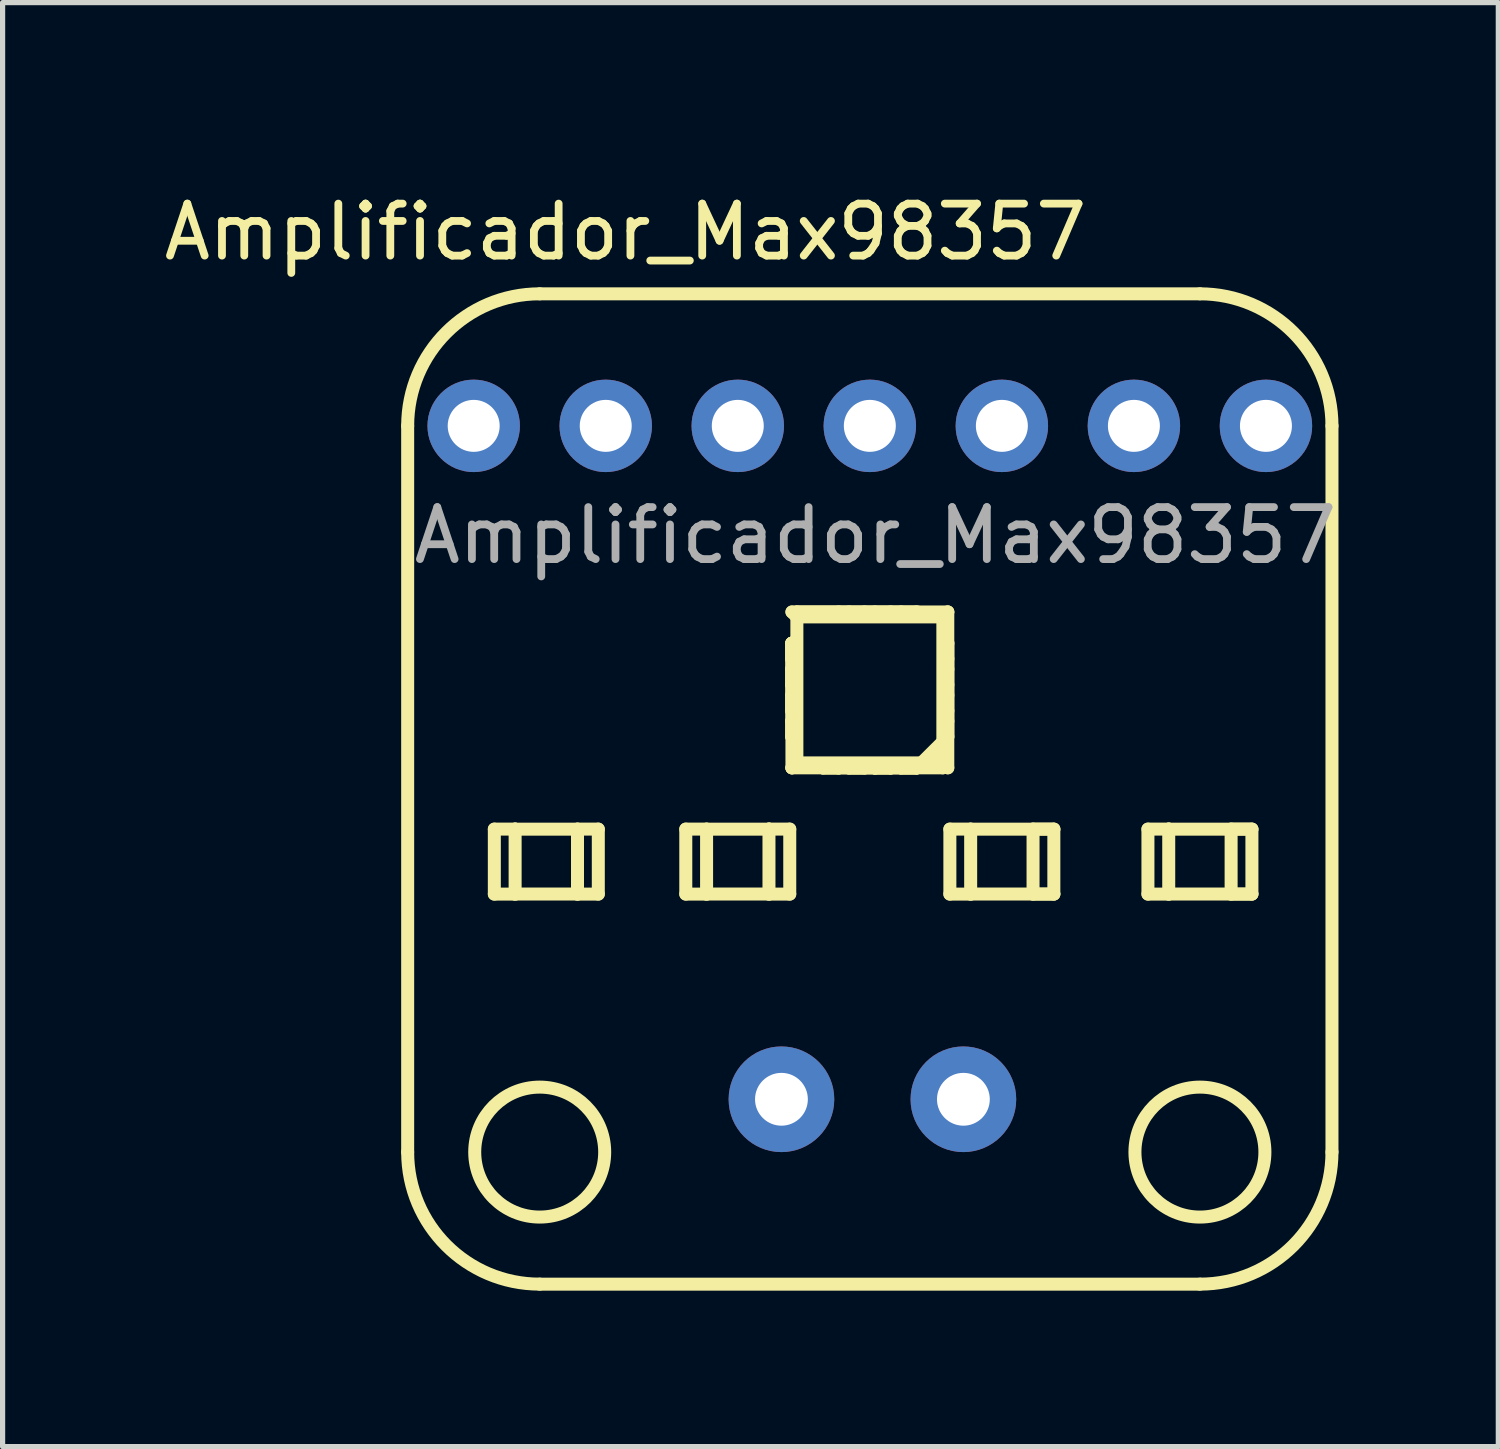
<source format=kicad_pcb>
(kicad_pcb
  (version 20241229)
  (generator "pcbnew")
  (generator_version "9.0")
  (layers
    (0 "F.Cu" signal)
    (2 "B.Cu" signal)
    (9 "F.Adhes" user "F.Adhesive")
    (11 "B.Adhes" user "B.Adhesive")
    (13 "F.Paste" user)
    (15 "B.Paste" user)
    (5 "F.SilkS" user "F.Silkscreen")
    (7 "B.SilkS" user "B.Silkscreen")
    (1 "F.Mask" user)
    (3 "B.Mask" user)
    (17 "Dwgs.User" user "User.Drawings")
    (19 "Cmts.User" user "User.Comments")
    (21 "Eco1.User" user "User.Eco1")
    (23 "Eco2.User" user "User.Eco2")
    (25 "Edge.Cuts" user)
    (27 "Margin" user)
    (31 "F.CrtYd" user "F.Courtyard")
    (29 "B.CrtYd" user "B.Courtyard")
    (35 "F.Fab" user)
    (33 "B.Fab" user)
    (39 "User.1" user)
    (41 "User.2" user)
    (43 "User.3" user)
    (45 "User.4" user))
  (footprint "Amplificador_Max98357"
    (layer "F.Cu")
    (at 4.04 0.25)
    (property "Reference" "Amplificador_Max98357" (at 4.942 1.162 0) (unlocked yes) (layer "F.SilkS") (effects (font (size 1 1) (thickness 0.15))))
    (attr through_hole)
    (fp_line (start 0.752 18.862) (end 0.752 4.892) (stroke (width 0.25) (type default)) (layer "F.SilkS"))
    (fp_line (start 2.419 12.649) (end 2.419 13.899) (stroke (width 0.25) (type default)) (layer "F.SilkS"))
    (fp_line (start 2.419 13.899) (end 2.819 13.899) (stroke (width 0.25) (type default)) (layer "F.SilkS"))
    (fp_line (start 2.819 12.649) (end 2.419 12.649) (stroke (width 0.25) (type default)) (layer "F.SilkS"))
    (fp_line (start 2.819 12.65) (end 2.819 12.649) (stroke (width 0.25) (type default)) (layer "F.SilkS"))
    (fp_line (start 2.819 13.898) (end 4.019 13.898) (stroke (width 0.25) (type default)) (layer "F.SilkS"))
    (fp_line (start 2.819 13.899) (end 2.819 12.65) (stroke (width 0.25) (type default)) (layer "F.SilkS"))
    (fp_line (start 3.292 2.352) (end 15.992 2.352) (stroke (width 0.25) (type default)) (layer "F.SilkS"))
    (fp_line (start 4.019 12.65) (end 2.819 12.65) (stroke (width 0.25) (type default)) (layer "F.SilkS"))
    (fp_line (start 4.019 12.65) (end 4.019 13.899) (stroke (width 0.25) (type default)) (layer "F.SilkS"))
    (fp_line (start 4.019 13.899) (end 4.419 13.899) (stroke (width 0.25) (type default)) (layer "F.SilkS"))
    (fp_line (start 4.419 12.649) (end 4.019 12.649) (stroke (width 0.25) (type default)) (layer "F.SilkS"))
    (fp_line (start 4.419 13.899) (end 4.419 12.649) (stroke (width 0.25) (type default)) (layer "F.SilkS"))
    (fp_line (start 6.102 12.649) (end 6.102 13.899) (stroke (width 0.25) (type default)) (layer "F.SilkS"))
    (fp_line (start 6.102 13.899) (end 6.502 13.899) (stroke (width 0.25) (type default)) (layer "F.SilkS"))
    (fp_line (start 6.502 12.649) (end 6.102 12.649) (stroke (width 0.25) (type default)) (layer "F.SilkS"))
    (fp_line (start 6.502 13.898) (end 7.702 13.898) (stroke (width 0.25) (type default)) (layer "F.SilkS"))
    (fp_line (start 6.502 13.899) (end 6.502 12.65) (stroke (width 0.25) (type default)) (layer "F.SilkS"))
    (fp_line (start 7.702 12.649) (end 7.702 12.65) (stroke (width 0.25) (type default)) (layer "F.SilkS"))
    (fp_line (start 7.702 12.649) (end 7.702 13.899) (stroke (width 0.25) (type default)) (layer "F.SilkS"))
    (fp_line (start 7.702 12.65) (end 6.502 12.65) (stroke (width 0.25) (type default)) (layer "F.SilkS"))
    (fp_line (start 7.702 13.899) (end 8.102 13.899) (stroke (width 0.25) (type default)) (layer "F.SilkS"))
    (fp_line (start 8.102 12.649) (end 7.702 12.649) (stroke (width 0.25) (type default)) (layer "F.SilkS"))
    (fp_line (start 8.102 13.899) (end 8.102 12.649) (stroke (width 0.25) (type default)) (layer "F.SilkS"))
    (fp_line (start 8.141 9.072) (end 8.141 9.372) (stroke (width 0.25) (type default)) (layer "F.SilkS"))
    (fp_line (start 8.141 9.572) (end 8.141 9.872) (stroke (width 0.25) (type default)) (layer "F.SilkS"))
    (fp_line (start 8.141 9.872) (end 8.141 10.372) (stroke (width 0.25) (type default)) (layer "F.SilkS"))
    (fp_line (start 8.141 9.872) (end 8.144 9.872) (stroke (width 0.25) (type default)) (layer "F.SilkS"))
    (fp_line (start 8.141 10.572) (end 8.141 10.872) (stroke (width 0.25) (type default)) (layer "F.SilkS"))
    (fp_line (start 8.142 9.072) (end 8.142 9.372) (stroke (width 0.25) (type default)) (layer "F.SilkS"))
    (fp_line (start 8.142 9.072) (end 8.142 9.572) (stroke (width 0.25) (type default)) (layer "F.SilkS"))
    (fp_line (start 8.142 9.372) (end 8.144 9.372) (stroke (width 0.25) (type default)) (layer "F.SilkS"))
    (fp_line (start 8.142 9.572) (end 8.142 9.872) (stroke (width 0.25) (type default)) (layer "F.SilkS"))
    (fp_line (start 8.142 9.872) (end 8.141 9.872) (stroke (width 0.25) (type default)) (layer "F.SilkS"))
    (fp_line (start 8.142 10.072) (end 8.142 10.372) (stroke (width 0.25) (type default)) (layer "F.SilkS"))
    (fp_line (start 8.142 10.372) (end 8.144 10.372) (stroke (width 0.25) (type default)) (layer "F.SilkS"))
    (fp_line (start 8.142 10.572) (end 8.142 10.872) (stroke (width 0.25) (type default)) (layer "F.SilkS"))
    (fp_line (start 8.142 10.872) (end 8.144 10.872) (stroke (width 0.25) (type default)) (layer "F.SilkS"))
    (fp_line (start 8.144 8.472) (end 8.239 8.567) (stroke (width 0.25) (type default)) (layer "F.SilkS"))
    (fp_line (start 8.144 9.072) (end 8.141 9.072) (stroke (width 0.25) (type default)) (layer "F.SilkS"))
    (fp_line (start 8.144 9.572) (end 8.141 9.572) (stroke (width 0.25) (type default)) (layer "F.SilkS"))
    (fp_line (start 8.144 9.572) (end 8.144 9.872) (stroke (width 0.25) (type default)) (layer "F.SilkS"))
    (fp_line (start 8.144 10.072) (end 8.142 10.072) (stroke (width 0.25) (type default)) (layer "F.SilkS"))
    (fp_line (start 8.144 10.072) (end 8.144 10.572) (stroke (width 0.25) (type default)) (layer "F.SilkS"))
    (fp_line (start 8.144 10.572) (end 8.141 10.572) (stroke (width 0.25) (type default)) (layer "F.SilkS"))
    (fp_line (start 8.144 11.47) (end 8.144 9.072) (stroke (width 0.25) (type default)) (layer "F.SilkS"))
    (fp_line (start 8.239 11.375) (end 8.144 11.47) (stroke (width 0.25) (type default)) (layer "F.SilkS"))
    (fp_line (start 8.239 11.375) (end 8.144 11.47) (stroke (width 0.25) (type default)) (layer "F.SilkS"))
    (fp_line (start 8.239 11.375) (end 8.239 8.471) (stroke (width 0.25) (type default)) (layer "F.SilkS"))
    (fp_line (start 8.742 11.47) (end 8.742 11.472) (stroke (width 0.25) (type default)) (layer "F.SilkS"))
    (fp_line (start 8.742 11.472) (end 9.042 11.472) (stroke (width 0.25) (type default)) (layer "F.SilkS"))
    (fp_line (start 8.742 11.473) (end 9.042 11.473) (stroke (width 0.25) (type default)) (layer "F.SilkS"))
    (fp_line (start 9.042 8.471) (end 8.239 8.471) (stroke (width 0.25) (type default)) (layer "F.SilkS"))
    (fp_line (start 9.042 11.473) (end 9.042 11.47) (stroke (width 0.25) (type default)) (layer "F.SilkS"))
    (fp_line (start 9.242 8.471) (end 9.042 8.471) (stroke (width 0.25) (type default)) (layer "F.SilkS"))
    (fp_line (start 9.242 11.47) (end 9.242 11.472) (stroke (width 0.25) (type default)) (layer "F.SilkS"))
    (fp_line (start 9.242 11.472) (end 9.542 11.472) (stroke (width 0.25) (type default)) (layer "F.SilkS"))
    (fp_line (start 9.242 11.473) (end 9.742 11.473) (stroke (width 0.25) (type default)) (layer "F.SilkS"))
    (fp_line (start 9.542 8.471) (end 9.242 8.471) (stroke (width 0.25) (type default)) (layer "F.SilkS"))
    (fp_line (start 9.542 11.47) (end 9.042 11.47) (stroke (width 0.25) (type default)) (layer "F.SilkS"))
    (fp_line (start 9.542 11.472) (end 9.542 11.47) (stroke (width 0.25) (type default)) (layer "F.SilkS"))
    (fp_line (start 9.742 8.471) (end 9.542 8.471) (stroke (width 0.25) (type default)) (layer "F.SilkS"))
    (fp_line (start 9.742 11.47) (end 9.742 11.473) (stroke (width 0.25) (type default)) (layer "F.SilkS"))
    (fp_line (start 9.742 11.472) (end 9.742 11.473) (stroke (width 0.25) (type default)) (layer "F.SilkS"))
    (fp_line (start 9.742 11.472) (end 10.042 11.472) (stroke (width 0.25) (type default)) (layer "F.SilkS"))
    (fp_line (start 9.742 11.473) (end 10.042 11.473) (stroke (width 0.25) (type default)) (layer "F.SilkS"))
    (fp_line (start 10.042 8.471) (end 9.742 8.471) (stroke (width 0.25) (type default)) (layer "F.SilkS"))
    (fp_line (start 10.042 11.47) (end 9.742 11.47) (stroke (width 0.25) (type default)) (layer "F.SilkS"))
    (fp_line (start 10.042 11.473) (end 10.042 11.47) (stroke (width 0.25) (type default)) (layer "F.SilkS"))
    (fp_line (start 10.242 8.471) (end 10.042 8.471) (stroke (width 0.25) (type default)) (layer "F.SilkS"))
    (fp_line (start 10.242 11.47) (end 10.242 11.472) (stroke (width 0.25) (type default)) (layer "F.SilkS"))
    (fp_line (start 10.242 11.472) (end 10.542 11.472) (stroke (width 0.25) (type default)) (layer "F.SilkS"))
    (fp_line (start 10.242 11.473) (end 10.542 11.473) (stroke (width 0.25) (type default)) (layer "F.SilkS"))
    (fp_line (start 10.542 8.471) (end 10.242 8.471) (stroke (width 0.25) (type default)) (layer "F.SilkS"))
    (fp_line (start 10.542 11.472) (end 10.042 11.472) (stroke (width 0.25) (type default)) (layer "F.SilkS"))
    (fp_line (start 10.542 11.473) (end 10.542 11.47) (stroke (width 0.25) (type default)) (layer "F.SilkS"))
    (fp_line (start 11.047 8.567) (end 8.239 8.567) (stroke (width 0.25) (type default)) (layer "F.SilkS"))
    (fp_line (start 11.047 8.567) (end 10.542 8.471) (stroke (width 0.25) (type default)) (layer "F.SilkS"))
    (fp_line (start 11.047 8.567) (end 11.142 8.472) (stroke (width 0.25) (type default)) (layer "F.SilkS"))
    (fp_line (start 11.047 8.567) (end 11.143 9.072) (stroke (width 0.25) (type default)) (layer "F.SilkS"))
    (fp_line (start 11.047 11.375) (end 8.239 11.375) (stroke (width 0.25) (type default)) (layer "F.SilkS"))
    (fp_line (start 11.047 11.375) (end 11.142 11.47) (stroke (width 0.25) (type default)) (layer "F.SilkS"))
    (fp_line (start 11.047 11.47) (end 8.144 11.47) (stroke (width 0.25) (type default)) (layer "F.SilkS"))
    (fp_line (start 11.047 11.47) (end 11.047 8.567) (stroke (width 0.25) (type default)) (layer "F.SilkS"))
    (fp_line (start 11.142 8.472) (end 8.144 8.472) (stroke (width 0.25) (type default)) (layer "F.SilkS"))
    (fp_line (start 11.142 11.47) (end 11.142 8.472) (stroke (width 0.25) (type default)) (layer "F.SilkS"))
    (fp_line (start 11.143 9.372) (end 11.143 9.072) (stroke (width 0.25) (type default)) (layer "F.SilkS"))
    (fp_line (start 11.143 9.372) (end 11.143 9.572) (stroke (width 0.25) (type default)) (layer "F.SilkS"))
    (fp_line (start 11.143 9.872) (end 11.143 9.572) (stroke (width 0.25) (type default)) (layer "F.SilkS"))
    (fp_line (start 11.143 9.872) (end 11.143 10.072) (stroke (width 0.25) (type default)) (layer "F.SilkS"))
    (fp_line (start 11.143 10.372) (end 11.143 10.072) (stroke (width 0.25) (type default)) (layer "F.SilkS"))
    (fp_line (start 11.143 10.372) (end 11.143 10.572) (stroke (width 0.25) (type default)) (layer "F.SilkS"))
    (fp_line (start 11.143 10.872) (end 10.542 11.47) (stroke (width 0.25) (type default)) (layer "F.SilkS"))
    (fp_line (start 11.143 10.872) (end 11.143 10.572) (stroke (width 0.25) (type default)) (layer "F.SilkS"))
    (fp_line (start 11.182 12.649) (end 11.182 13.899) (stroke (width 0.25) (type default)) (layer "F.SilkS"))
    (fp_line (start 11.182 13.899) (end 11.582 13.899) (stroke (width 0.25) (type default)) (layer "F.SilkS"))
    (fp_line (start 11.582 12.649) (end 11.182 12.649) (stroke (width 0.25) (type default)) (layer "F.SilkS"))
    (fp_line (start 11.582 13.898) (end 13.182 13.898) (stroke (width 0.25) (type default)) (layer "F.SilkS"))
    (fp_line (start 11.582 13.899) (end 11.582 12.65) (stroke (width 0.25) (type default)) (layer "F.SilkS"))
    (fp_line (start 12.782 12.649) (end 12.782 13.899) (stroke (width 0.25) (type default)) (layer "F.SilkS"))
    (fp_line (start 12.782 13.899) (end 13.182 13.899) (stroke (width 0.25) (type default)) (layer "F.SilkS"))
    (fp_line (start 13.182 12.649) (end 12.782 12.649) (stroke (width 0.25) (type default)) (layer "F.SilkS"))
    (fp_line (start 13.182 12.65) (end 11.582 12.65) (stroke (width 0.25) (type default)) (layer "F.SilkS"))
    (fp_line (start 13.182 13.898) (end 13.182 12.65) (stroke (width 0.25) (type default)) (layer "F.SilkS"))
    (fp_line (start 14.992 12.649) (end 14.992 13.899) (stroke (width 0.25) (type default)) (layer "F.SilkS"))
    (fp_line (start 14.992 13.899) (end 15.392 13.899) (stroke (width 0.25) (type default)) (layer "F.SilkS"))
    (fp_line (start 15.392 12.649) (end 14.992 12.649) (stroke (width 0.25) (type default)) (layer "F.SilkS"))
    (fp_line (start 15.392 12.65) (end 15.392 12.649) (stroke (width 0.25) (type default)) (layer "F.SilkS"))
    (fp_line (start 15.392 13.898) (end 16.992 13.898) (stroke (width 0.25) (type default)) (layer "F.SilkS"))
    (fp_line (start 15.392 13.899) (end 15.392 12.649) (stroke (width 0.25) (type default)) (layer "F.SilkS"))
    (fp_line (start 15.992 21.402) (end 3.292 21.402) (stroke (width 0.25) (type default)) (layer "F.SilkS"))
    (fp_line (start 16.592 12.649) (end 16.592 13.899) (stroke (width 0.25) (type default)) (layer "F.SilkS"))
    (fp_line (start 16.592 13.899) (end 16.992 13.899) (stroke (width 0.25) (type default)) (layer "F.SilkS"))
    (fp_line (start 16.992 12.649) (end 16.592 12.649) (stroke (width 0.25) (type default)) (layer "F.SilkS"))
    (fp_line (start 16.992 12.65) (end 15.392 12.65) (stroke (width 0.25) (type default)) (layer "F.SilkS"))
    (fp_line (start 16.992 13.898) (end 16.992 12.65) (stroke (width 0.25) (type default)) (layer "F.SilkS"))
    (fp_line (start 18.532 4.892) (end 18.532 18.862) (stroke (width 0.25) (type default)) (layer "F.SilkS"))
    (fp_arc (start 0.752 4.892) (mid 1.495949 3.095949) (end 3.292 2.352) (stroke (width 0.25) (type default)) (layer "F.SilkS"))
    (fp_arc (start 3.292 21.402) (mid 1.495949 20.658051) (end 0.752 18.862) (stroke (width 0.25) (type default)) (layer "F.SilkS"))
    (fp_arc (start 15.992 2.352) (mid 17.788051 3.095949) (end 18.532 4.892) (stroke (width 0.25) (type default)) (layer "F.SilkS"))
    (fp_arc (start 18.532 18.862) (mid 17.788051 20.658051) (end 15.992 21.402) (stroke (width 0.25) (type default)) (layer "F.SilkS"))
    (fp_circle (center 3.292 18.862) (end 2.042 18.862) (stroke (width 0.25) (type default)) (fill no) (layer "F.SilkS"))
    (fp_circle (center 15.992 18.862) (end 14.742 18.862) (stroke (width 0.25) (type default)) (fill no) (layer "F.SilkS"))
    (fp_text user "${REFERENCE}" (at 9.75 7 0) (unlocked yes) (layer "F.Fab") (effects (font (size 1 1) (thickness 0.15))))
    (pad "1" thru_hole circle (at 2.022 4.892) (size 1.778 1.778) (drill 1) (layers "*.Cu" "*.Mask"))
    (pad "2" thru_hole circle (at 4.562 4.892) (size 1.778 1.778) (drill 1) (layers "*.Cu" "*.Mask"))
    (pad "3" thru_hole circle (at 7.102 4.892) (size 1.778 1.778) (drill 1) (layers "*.Cu" "*.Mask"))
    (pad "4" thru_hole circle (at 9.642 4.892) (size 1.778 1.778) (drill 1) (layers "*.Cu" "*.Mask"))
    (pad "5" thru_hole circle (at 12.182 4.892) (size 1.778 1.778) (drill 1) (layers "*.Cu" "*.Mask"))
    (pad "6" thru_hole circle (at 14.722 4.892) (size 1.778 1.778) (drill 1) (layers "*.Cu" "*.Mask"))
    (pad "7" thru_hole circle (at 17.262 4.892) (size 1.778 1.778) (drill 1) (layers "*.Cu" "*.Mask"))
    (pad "8" thru_hole circle (at 7.942 17.846) (size 2.032 2.032) (drill 1.016) (layers "*.Cu" "*.Mask"))
    (pad "9" thru_hole circle (at 11.442 17.846) (size 2.032 2.032) (drill 1.016) (layers "*.Cu" "*.Mask")))
  (gr_rect
    (start -3 -3)
    (end 25.772 24.777)
    (stroke (width 0.1) (type default))
    (fill no)
    (layer "Edge.Cuts")))
</source>
